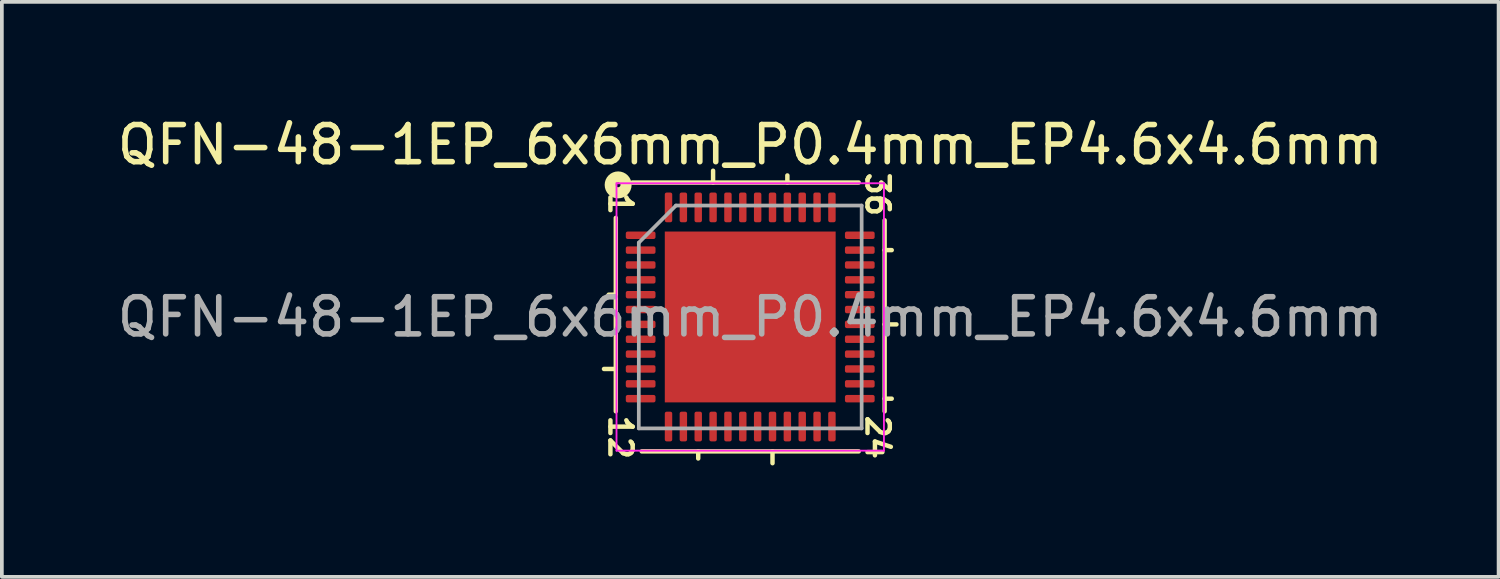
<source format=kicad_pcb>
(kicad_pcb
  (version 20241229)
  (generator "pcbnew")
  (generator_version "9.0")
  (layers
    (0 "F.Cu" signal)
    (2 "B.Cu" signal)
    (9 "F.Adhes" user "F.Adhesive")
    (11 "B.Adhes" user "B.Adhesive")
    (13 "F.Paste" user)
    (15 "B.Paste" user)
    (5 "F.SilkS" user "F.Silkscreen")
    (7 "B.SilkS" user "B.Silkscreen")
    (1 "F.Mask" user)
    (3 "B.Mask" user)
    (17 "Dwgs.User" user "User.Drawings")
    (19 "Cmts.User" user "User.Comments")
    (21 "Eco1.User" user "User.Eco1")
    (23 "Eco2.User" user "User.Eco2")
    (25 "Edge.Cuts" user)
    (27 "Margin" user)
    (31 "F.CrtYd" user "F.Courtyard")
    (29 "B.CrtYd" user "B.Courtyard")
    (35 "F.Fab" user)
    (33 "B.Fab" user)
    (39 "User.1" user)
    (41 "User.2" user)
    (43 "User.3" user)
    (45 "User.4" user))
  (footprint "QFN-48-1EP_6x6mm_P0.4mm_EP4.6x4.6mm"
    (layer "F.Cu")
    (at 17.149 5.484)
    (property "Reference" "QFN-48-1EP_6x6mm_P0.4mm_EP4.6x4.6mm" (at 0 -4.636 0) (layer "F.SilkS") (effects (font (size 1 1) (thickness 0.15))))
    (attr smd)
    (fp_line (start -3.619 -2.667) (end -3.619 2.54) (stroke (width 0.12) (type solid)) (layer "F.SilkS"))
    (fp_line (start -3.619 -0.6) (end -3.81 -0.6) (stroke (width 0.12) (type solid)) (layer "F.SilkS"))
    (fp_line (start -3.619 1.4) (end -3.937 1.4) (stroke (width 0.12) (type solid)) (layer "F.SilkS"))
    (fp_line (start -2.921 3.619) (end 2.921 3.619) (stroke (width 0.12) (type solid)) (layer "F.SilkS"))
    (fp_line (start -1.4 3.81) (end -1.4 3.619) (stroke (width 0.12) (type solid)) (layer "F.SilkS"))
    (fp_line (start -1 -3.619) (end -1 -3.937) (stroke (width 0.12) (type solid)) (layer "F.SilkS"))
    (fp_line (start 0.6 3.619) (end 0.6 3.937) (stroke (width 0.12) (type solid)) (layer "F.SilkS"))
    (fp_line (start 1 -3.619) (end 1 -3.81) (stroke (width 0.12) (type solid)) (layer "F.SilkS"))
    (fp_line (start 2.921 -3.619) (end -3.175 -3.619) (stroke (width 0.12) (type solid)) (layer "F.SilkS"))
    (fp_line (start 3.619 -1.8) (end 3.81 -1.8) (stroke (width 0.12) (type solid)) (layer "F.SilkS"))
    (fp_line (start 3.619 0.2) (end 3.937 0.2) (stroke (width 0.12) (type solid)) (layer "F.SilkS"))
    (fp_line (start 3.619 2.2) (end 3.81 2.2) (stroke (width 0.12) (type solid)) (layer "F.SilkS"))
    (fp_line (start 3.619 2.54) (end 3.619 -2.603) (stroke (width 0.12) (type solid)) (layer "F.SilkS"))
    (fp_circle (center -3.556 -3.556) (end -3.493 -3.556) (stroke (width 0.3) (type solid)) (fill no) (layer "F.SilkS"))
    (fp_line (start -3.6 -3.6) (end -3.6 3.6) (stroke (width 0.05) (type solid)) (layer "F.CrtYd"))
    (fp_line (start -3.6 3.6) (end 3.6 3.6) (stroke (width 0.05) (type solid)) (layer "F.CrtYd"))
    (fp_line (start 3.6 -3.6) (end -3.6 -3.6) (stroke (width 0.05) (type solid)) (layer "F.CrtYd"))
    (fp_line (start 3.6 3.6) (end 3.6 -3.6) (stroke (width 0.05) (type solid)) (layer "F.CrtYd"))
    (fp_line (start -3 -2) (end -2 -3) (stroke (width 0.1) (type solid)) (layer "F.Fab"))
    (fp_line (start -3 3) (end -3 -2) (stroke (width 0.1) (type solid)) (layer "F.Fab"))
    (fp_line (start -2 -3) (end 3 -3) (stroke (width 0.1) (type solid)) (layer "F.Fab"))
    (fp_line (start 3 -3) (end 3 3) (stroke (width 0.1) (type solid)) (layer "F.Fab"))
    (fp_line (start 3 3) (end -3 3) (stroke (width 0.1) (type solid)) (layer "F.Fab"))
    (fp_text user "12" (at -3.493 3.239 270) (unlocked yes) (layer "F.SilkS") (effects (font (size 0.6 0.6) (thickness 0.12))))
    (fp_text user "1" (at -3.493 -3.048 270) (unlocked yes) (layer "F.SilkS") (effects (font (size 0.6 0.6) (thickness 0.12))))
    (fp_text user "24" (at 3.429 3.239 270) (unlocked yes) (layer "F.SilkS") (effects (font (size 0.6 0.6) (thickness 0.12))))
    (fp_text user "36" (at 3.429 -3.302 270) (unlocked yes) (layer "F.SilkS") (effects (font (size 0.6 0.6) (thickness 0.12))))
    (fp_text user "${REFERENCE}" (at 0 0 0) (layer "F.Fab") (effects (font (size 1 1) (thickness 0.15))))
    (pad "" smd roundrect (at -1.53 -1.53) (size 1.24 1.24) (layers "F.Paste") (roundrect_rratio 0.202))
    (pad "" smd roundrect (at -1.53 0) (size 1.24 1.24) (layers "F.Paste") (roundrect_rratio 0.202))
    (pad "" smd roundrect (at -1.53 1.53) (size 1.24 1.24) (layers "F.Paste") (roundrect_rratio 0.202))
    (pad "" smd roundrect (at 0 -1.53) (size 1.24 1.24) (layers "F.Paste") (roundrect_rratio 0.202))
    (pad "" smd roundrect (at 0 0) (size 1.24 1.24) (layers "F.Paste") (roundrect_rratio 0.202))
    (pad "" smd roundrect (at 0 1.53) (size 1.24 1.24) (layers "F.Paste") (roundrect_rratio 0.202))
    (pad "" smd roundrect (at 1.53 -1.53) (size 1.24 1.24) (layers "F.Paste") (roundrect_rratio 0.202))
    (pad "" smd roundrect (at 1.53 0) (size 1.24 1.24) (layers "F.Paste") (roundrect_rratio 0.202))
    (pad "" smd roundrect (at 1.53 1.53) (size 1.24 1.24) (layers "F.Paste") (roundrect_rratio 0.202))
    (pad "1" smd roundrect (at -2.95 -2.2) (size 0.8 0.2) (layers "F.Cu" "F.Mask" "F.Paste") (roundrect_rratio 0.25))
    (pad "2" smd roundrect (at -2.95 -1.8) (size 0.8 0.2) (layers "F.Cu" "F.Mask" "F.Paste") (roundrect_rratio 0.25))
    (pad "3" smd roundrect (at -2.95 -1.4) (size 0.8 0.2) (layers "F.Cu" "F.Mask" "F.Paste") (roundrect_rratio 0.25))
    (pad "4" smd roundrect (at -2.95 -1) (size 0.8 0.2) (layers "F.Cu" "F.Mask" "F.Paste") (roundrect_rratio 0.25))
    (pad "5" smd roundrect (at -2.95 -0.6) (size 0.8 0.2) (layers "F.Cu" "F.Mask" "F.Paste") (roundrect_rratio 0.25))
    (pad "6" smd roundrect (at -2.95 -0.2) (size 0.8 0.2) (layers "F.Cu" "F.Mask" "F.Paste") (roundrect_rratio 0.25))
    (pad "7" smd roundrect (at -2.95 0.2) (size 0.8 0.2) (layers "F.Cu" "F.Mask" "F.Paste") (roundrect_rratio 0.25))
    (pad "8" smd roundrect (at -2.95 0.6) (size 0.8 0.2) (layers "F.Cu" "F.Mask" "F.Paste") (roundrect_rratio 0.25))
    (pad "9" smd roundrect (at -2.95 1) (size 0.8 0.2) (layers "F.Cu" "F.Mask" "F.Paste") (roundrect_rratio 0.25))
    (pad "10" smd roundrect (at -2.95 1.4) (size 0.8 0.2) (layers "F.Cu" "F.Mask" "F.Paste") (roundrect_rratio 0.25))
    (pad "11" smd roundrect (at -2.95 1.8) (size 0.8 0.2) (layers "F.Cu" "F.Mask" "F.Paste") (roundrect_rratio 0.25))
    (pad "12" smd roundrect (at -2.95 2.2) (size 0.8 0.2) (layers "F.Cu" "F.Mask" "F.Paste") (roundrect_rratio 0.25))
    (pad "13" smd roundrect (at -2.2 2.95) (size 0.2 0.8) (layers "F.Cu" "F.Mask" "F.Paste") (roundrect_rratio 0.25))
    (pad "14" smd roundrect (at -1.8 2.95) (size 0.2 0.8) (layers "F.Cu" "F.Mask" "F.Paste") (roundrect_rratio 0.25))
    (pad "15" smd roundrect (at -1.4 2.95) (size 0.2 0.8) (layers "F.Cu" "F.Mask" "F.Paste") (roundrect_rratio 0.25))
    (pad "16" smd roundrect (at -1 2.95) (size 0.2 0.8) (layers "F.Cu" "F.Mask" "F.Paste") (roundrect_rratio 0.25))
    (pad "17" smd roundrect (at -0.6 2.95) (size 0.2 0.8) (layers "F.Cu" "F.Mask" "F.Paste") (roundrect_rratio 0.25))
    (pad "18" smd roundrect (at -0.2 2.95) (size 0.2 0.8) (layers "F.Cu" "F.Mask" "F.Paste") (roundrect_rratio 0.25))
    (pad "19" smd roundrect (at 0.2 2.95) (size 0.2 0.8) (layers "F.Cu" "F.Mask" "F.Paste") (roundrect_rratio 0.25))
    (pad "20" smd roundrect (at 0.6 2.95) (size 0.2 0.8) (layers "F.Cu" "F.Mask" "F.Paste") (roundrect_rratio 0.25))
    (pad "21" smd roundrect (at 1 2.95) (size 0.2 0.8) (layers "F.Cu" "F.Mask" "F.Paste") (roundrect_rratio 0.25))
    (pad "22" smd roundrect (at 1.4 2.95) (size 0.2 0.8) (layers "F.Cu" "F.Mask" "F.Paste") (roundrect_rratio 0.25))
    (pad "23" smd roundrect (at 1.8 2.95) (size 0.2 0.8) (layers "F.Cu" "F.Mask" "F.Paste") (roundrect_rratio 0.25))
    (pad "24" smd roundrect (at 2.2 2.95) (size 0.2 0.8) (layers "F.Cu" "F.Mask" "F.Paste") (roundrect_rratio 0.25))
    (pad "25" smd roundrect (at 2.95 2.2) (size 0.8 0.2) (layers "F.Cu" "F.Mask" "F.Paste") (roundrect_rratio 0.25))
    (pad "26" smd roundrect (at 2.95 1.8) (size 0.8 0.2) (layers "F.Cu" "F.Mask" "F.Paste") (roundrect_rratio 0.25))
    (pad "27" smd roundrect (at 2.95 1.4) (size 0.8 0.2) (layers "F.Cu" "F.Mask" "F.Paste") (roundrect_rratio 0.25))
    (pad "28" smd roundrect (at 2.95 1) (size 0.8 0.2) (layers "F.Cu" "F.Mask" "F.Paste") (roundrect_rratio 0.25))
    (pad "29" smd roundrect (at 2.95 0.6) (size 0.8 0.2) (layers "F.Cu" "F.Mask" "F.Paste") (roundrect_rratio 0.25))
    (pad "30" smd roundrect (at 2.95 0.2) (size 0.8 0.2) (layers "F.Cu" "F.Mask" "F.Paste") (roundrect_rratio 0.25))
    (pad "31" smd roundrect (at 2.95 -0.2) (size 0.8 0.2) (layers "F.Cu" "F.Mask" "F.Paste") (roundrect_rratio 0.25))
    (pad "32" smd roundrect (at 2.95 -0.6) (size 0.8 0.2) (layers "F.Cu" "F.Mask" "F.Paste") (roundrect_rratio 0.25))
    (pad "33" smd roundrect (at 2.95 -1) (size 0.8 0.2) (layers "F.Cu" "F.Mask" "F.Paste") (roundrect_rratio 0.25))
    (pad "34" smd roundrect (at 2.95 -1.4) (size 0.8 0.2) (layers "F.Cu" "F.Mask" "F.Paste") (roundrect_rratio 0.25))
    (pad "35" smd roundrect (at 2.95 -1.8) (size 0.8 0.2) (layers "F.Cu" "F.Mask" "F.Paste") (roundrect_rratio 0.25))
    (pad "36" smd roundrect (at 2.95 -2.2) (size 0.8 0.2) (layers "F.Cu" "F.Mask" "F.Paste") (roundrect_rratio 0.25))
    (pad "37" smd roundrect (at 2.2 -2.95) (size 0.2 0.8) (layers "F.Cu" "F.Mask" "F.Paste") (roundrect_rratio 0.25))
    (pad "38" smd roundrect (at 1.8 -2.95) (size 0.2 0.8) (layers "F.Cu" "F.Mask" "F.Paste") (roundrect_rratio 0.25))
    (pad "39" smd roundrect (at 1.4 -2.95) (size 0.2 0.8) (layers "F.Cu" "F.Mask" "F.Paste") (roundrect_rratio 0.25))
    (pad "40" smd roundrect (at 1 -2.95) (size 0.2 0.8) (layers "F.Cu" "F.Mask" "F.Paste") (roundrect_rratio 0.25))
    (pad "41" smd roundrect (at 0.6 -2.95) (size 0.2 0.8) (layers "F.Cu" "F.Mask" "F.Paste") (roundrect_rratio 0.25))
    (pad "42" smd roundrect (at 0.2 -2.95) (size 0.2 0.8) (layers "F.Cu" "F.Mask" "F.Paste") (roundrect_rratio 0.25))
    (pad "43" smd roundrect (at -0.2 -2.95) (size 0.2 0.8) (layers "F.Cu" "F.Mask" "F.Paste") (roundrect_rratio 0.25))
    (pad "44" smd roundrect (at -0.6 -2.95) (size 0.2 0.8) (layers "F.Cu" "F.Mask" "F.Paste") (roundrect_rratio 0.25))
    (pad "45" smd roundrect (at -1 -2.95) (size 0.2 0.8) (layers "F.Cu" "F.Mask" "F.Paste") (roundrect_rratio 0.25))
    (pad "46" smd roundrect (at -1.4 -2.95) (size 0.2 0.8) (layers "F.Cu" "F.Mask" "F.Paste") (roundrect_rratio 0.25))
    (pad "47" smd roundrect (at -1.8 -2.95) (size 0.2 0.8) (layers "F.Cu" "F.Mask" "F.Paste") (roundrect_rratio 0.25))
    (pad "48" smd roundrect (at -2.2 -2.95) (size 0.2 0.8) (layers "F.Cu" "F.Mask" "F.Paste") (roundrect_rratio 0.25))
    (pad "49" smd rect (at 0 0) (size 4.6 4.6) (layers "F.Cu" "F.Mask")))
  (gr_rect
    (start -3 -3)
    (end 37.298 12.481)
    (stroke (width 0.1) (type default))
    (fill no)
    (layer "Edge.Cuts")))
</source>
